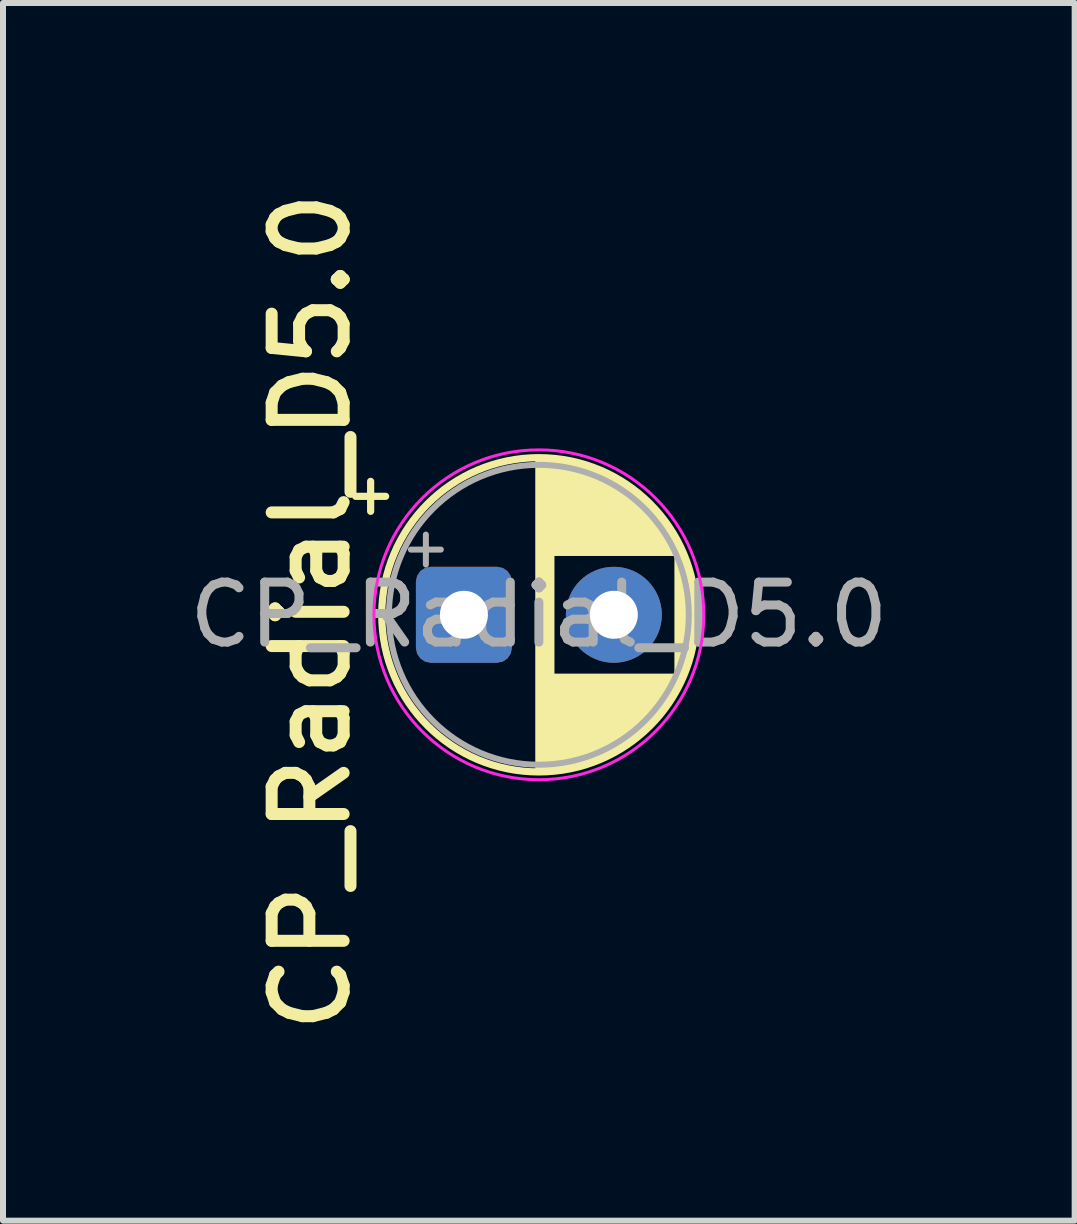
<source format=kicad_pcb>
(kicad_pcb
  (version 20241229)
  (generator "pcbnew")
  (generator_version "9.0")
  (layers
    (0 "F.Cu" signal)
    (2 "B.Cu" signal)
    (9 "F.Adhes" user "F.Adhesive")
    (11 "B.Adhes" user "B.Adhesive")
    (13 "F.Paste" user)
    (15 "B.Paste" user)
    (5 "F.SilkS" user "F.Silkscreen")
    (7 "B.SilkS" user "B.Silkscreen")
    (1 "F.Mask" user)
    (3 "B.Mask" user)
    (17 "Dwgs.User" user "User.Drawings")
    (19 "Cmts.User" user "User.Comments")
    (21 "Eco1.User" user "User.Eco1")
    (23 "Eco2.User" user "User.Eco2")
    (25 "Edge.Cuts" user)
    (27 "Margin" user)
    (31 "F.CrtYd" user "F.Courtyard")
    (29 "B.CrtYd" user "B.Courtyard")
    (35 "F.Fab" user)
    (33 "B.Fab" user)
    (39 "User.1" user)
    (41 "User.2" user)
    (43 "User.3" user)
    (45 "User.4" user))
  (footprint "CP_Radial_D5.0"
    (layer "F.Cu")
    (at 4.685 7.201)
    (property "Reference" "CP_Radial_D5.0" (at -2.55 -0.05 90) (layer "F.SilkS") (effects (font (size 1.2 1.2) (thickness 0.2))))
    (attr through_hole dnp)
    (fp_line (start -1.805 -1.975) (end -1.305 -1.975) (stroke (width 0.12) (type solid)) (layer "F.SilkS"))
    (fp_line (start -1.555 -2.225) (end -1.555 -1.725) (stroke (width 0.12) (type solid)) (layer "F.SilkS"))
    (fp_line (start 1.25 -2.58) (end 1.25 2.58) (stroke (width 0.12) (type solid)) (layer "F.SilkS"))
    (fp_line (start 1.29 -2.58) (end 1.29 2.58) (stroke (width 0.12) (type solid)) (layer "F.SilkS"))
    (fp_line (start 1.33 -2.579) (end 1.33 2.579) (stroke (width 0.12) (type solid)) (layer "F.SilkS"))
    (fp_line (start 1.37 -2.577) (end 1.37 2.577) (stroke (width 0.12) (type solid)) (layer "F.SilkS"))
    (fp_line (start 1.41 -2.575) (end 1.41 2.575) (stroke (width 0.12) (type solid)) (layer "F.SilkS"))
    (fp_line (start 1.45 -2.572) (end 1.45 2.572) (stroke (width 0.12) (type solid)) (layer "F.SilkS"))
    (fp_line (start 1.49 -2.569) (end 1.49 -1.04) (stroke (width 0.12) (type solid)) (layer "F.SilkS"))
    (fp_line (start 1.49 1.04) (end 1.49 2.569) (stroke (width 0.12) (type solid)) (layer "F.SilkS"))
    (fp_line (start 1.53 -2.565) (end 1.53 -1.04) (stroke (width 0.12) (type solid)) (layer "F.SilkS"))
    (fp_line (start 1.53 1.04) (end 1.53 2.565) (stroke (width 0.12) (type solid)) (layer "F.SilkS"))
    (fp_line (start 1.57 -2.56) (end 1.57 -1.04) (stroke (width 0.12) (type solid)) (layer "F.SilkS"))
    (fp_line (start 1.57 1.04) (end 1.57 2.56) (stroke (width 0.12) (type solid)) (layer "F.SilkS"))
    (fp_line (start 1.61 -2.555) (end 1.61 -1.04) (stroke (width 0.12) (type solid)) (layer "F.SilkS"))
    (fp_line (start 1.61 1.04) (end 1.61 2.555) (stroke (width 0.12) (type solid)) (layer "F.SilkS"))
    (fp_line (start 1.65 -2.549) (end 1.65 -1.04) (stroke (width 0.12) (type solid)) (layer "F.SilkS"))
    (fp_line (start 1.65 1.04) (end 1.65 2.549) (stroke (width 0.12) (type solid)) (layer "F.SilkS"))
    (fp_line (start 1.69 -2.543) (end 1.69 -1.04) (stroke (width 0.12) (type solid)) (layer "F.SilkS"))
    (fp_line (start 1.69 1.04) (end 1.69 2.543) (stroke (width 0.12) (type solid)) (layer "F.SilkS"))
    (fp_line (start 1.73 -2.536) (end 1.73 -1.04) (stroke (width 0.12) (type solid)) (layer "F.SilkS"))
    (fp_line (start 1.73 1.04) (end 1.73 2.536) (stroke (width 0.12) (type solid)) (layer "F.SilkS"))
    (fp_line (start 1.77 -2.528) (end 1.77 -1.04) (stroke (width 0.12) (type solid)) (layer "F.SilkS"))
    (fp_line (start 1.77 1.04) (end 1.77 2.528) (stroke (width 0.12) (type solid)) (layer "F.SilkS"))
    (fp_line (start 1.81 -2.519) (end 1.81 -1.04) (stroke (width 0.12) (type solid)) (layer "F.SilkS"))
    (fp_line (start 1.81 1.04) (end 1.81 2.519) (stroke (width 0.12) (type solid)) (layer "F.SilkS"))
    (fp_line (start 1.85 -2.51) (end 1.85 -1.04) (stroke (width 0.12) (type solid)) (layer "F.SilkS"))
    (fp_line (start 1.85 1.04) (end 1.85 2.51) (stroke (width 0.12) (type solid)) (layer "F.SilkS"))
    (fp_line (start 1.89 -2.501) (end 1.89 -1.04) (stroke (width 0.12) (type solid)) (layer "F.SilkS"))
    (fp_line (start 1.89 1.04) (end 1.89 2.501) (stroke (width 0.12) (type solid)) (layer "F.SilkS"))
    (fp_line (start 1.93 -2.49) (end 1.93 -1.04) (stroke (width 0.12) (type solid)) (layer "F.SilkS"))
    (fp_line (start 1.93 1.04) (end 1.93 2.49) (stroke (width 0.12) (type solid)) (layer "F.SilkS"))
    (fp_line (start 1.97 -2.479) (end 1.97 -1.04) (stroke (width 0.12) (type solid)) (layer "F.SilkS"))
    (fp_line (start 1.97 1.04) (end 1.97 2.479) (stroke (width 0.12) (type solid)) (layer "F.SilkS"))
    (fp_line (start 2.01 -2.467) (end 2.01 -1.04) (stroke (width 0.12) (type solid)) (layer "F.SilkS"))
    (fp_line (start 2.01 1.04) (end 2.01 2.467) (stroke (width 0.12) (type solid)) (layer "F.SilkS"))
    (fp_line (start 2.05 -2.455) (end 2.05 -1.04) (stroke (width 0.12) (type solid)) (layer "F.SilkS"))
    (fp_line (start 2.05 1.04) (end 2.05 2.455) (stroke (width 0.12) (type solid)) (layer "F.SilkS"))
    (fp_line (start 2.09 -2.442) (end 2.09 -1.04) (stroke (width 0.12) (type solid)) (layer "F.SilkS"))
    (fp_line (start 2.09 1.04) (end 2.09 2.442) (stroke (width 0.12) (type solid)) (layer "F.SilkS"))
    (fp_line (start 2.13 -2.428) (end 2.13 -1.04) (stroke (width 0.12) (type solid)) (layer "F.SilkS"))
    (fp_line (start 2.13 1.04) (end 2.13 2.428) (stroke (width 0.12) (type solid)) (layer "F.SilkS"))
    (fp_line (start 2.17 -2.413) (end 2.17 -1.04) (stroke (width 0.12) (type solid)) (layer "F.SilkS"))
    (fp_line (start 2.17 1.04) (end 2.17 2.413) (stroke (width 0.12) (type solid)) (layer "F.SilkS"))
    (fp_line (start 2.21 -2.398) (end 2.21 -1.04) (stroke (width 0.12) (type solid)) (layer "F.SilkS"))
    (fp_line (start 2.21 1.04) (end 2.21 2.398) (stroke (width 0.12) (type solid)) (layer "F.SilkS"))
    (fp_line (start 2.25 -2.382) (end 2.25 -1.04) (stroke (width 0.12) (type solid)) (layer "F.SilkS"))
    (fp_line (start 2.25 1.04) (end 2.25 2.382) (stroke (width 0.12) (type solid)) (layer "F.SilkS"))
    (fp_line (start 2.29 -2.365) (end 2.29 -1.04) (stroke (width 0.12) (type solid)) (layer "F.SilkS"))
    (fp_line (start 2.29 1.04) (end 2.29 2.365) (stroke (width 0.12) (type solid)) (layer "F.SilkS"))
    (fp_line (start 2.33 -2.347) (end 2.33 -1.04) (stroke (width 0.12) (type solid)) (layer "F.SilkS"))
    (fp_line (start 2.33 1.04) (end 2.33 2.347) (stroke (width 0.12) (type solid)) (layer "F.SilkS"))
    (fp_line (start 2.37 -2.329) (end 2.37 -1.04) (stroke (width 0.12) (type solid)) (layer "F.SilkS"))
    (fp_line (start 2.37 1.04) (end 2.37 2.329) (stroke (width 0.12) (type solid)) (layer "F.SilkS"))
    (fp_line (start 2.41 -2.309) (end 2.41 -1.04) (stroke (width 0.12) (type solid)) (layer "F.SilkS"))
    (fp_line (start 2.41 1.04) (end 2.41 2.309) (stroke (width 0.12) (type solid)) (layer "F.SilkS"))
    (fp_line (start 2.45 -2.289) (end 2.45 -1.04) (stroke (width 0.12) (type solid)) (layer "F.SilkS"))
    (fp_line (start 2.45 1.04) (end 2.45 2.289) (stroke (width 0.12) (type solid)) (layer "F.SilkS"))
    (fp_line (start 2.49 -2.268) (end 2.49 -1.04) (stroke (width 0.12) (type solid)) (layer "F.SilkS"))
    (fp_line (start 2.49 1.04) (end 2.49 2.268) (stroke (width 0.12) (type solid)) (layer "F.SilkS"))
    (fp_line (start 2.53 -2.246) (end 2.53 -1.04) (stroke (width 0.12) (type solid)) (layer "F.SilkS"))
    (fp_line (start 2.53 1.04) (end 2.53 2.246) (stroke (width 0.12) (type solid)) (layer "F.SilkS"))
    (fp_line (start 2.57 -2.223) (end 2.57 -1.04) (stroke (width 0.12) (type solid)) (layer "F.SilkS"))
    (fp_line (start 2.57 1.04) (end 2.57 2.223) (stroke (width 0.12) (type solid)) (layer "F.SilkS"))
    (fp_line (start 2.61 -2.199) (end 2.61 -1.04) (stroke (width 0.12) (type solid)) (layer "F.SilkS"))
    (fp_line (start 2.61 1.04) (end 2.61 2.199) (stroke (width 0.12) (type solid)) (layer "F.SilkS"))
    (fp_line (start 2.65 -2.175) (end 2.65 -1.04) (stroke (width 0.12) (type solid)) (layer "F.SilkS"))
    (fp_line (start 2.65 1.04) (end 2.65 2.175) (stroke (width 0.12) (type solid)) (layer "F.SilkS"))
    (fp_line (start 2.69 -2.149) (end 2.69 -1.04) (stroke (width 0.12) (type solid)) (layer "F.SilkS"))
    (fp_line (start 2.69 1.04) (end 2.69 2.149) (stroke (width 0.12) (type solid)) (layer "F.SilkS"))
    (fp_line (start 2.73 -2.122) (end 2.73 -1.04) (stroke (width 0.12) (type solid)) (layer "F.SilkS"))
    (fp_line (start 2.73 1.04) (end 2.73 2.122) (stroke (width 0.12) (type solid)) (layer "F.SilkS"))
    (fp_line (start 2.77 -2.094) (end 2.77 -1.04) (stroke (width 0.12) (type solid)) (layer "F.SilkS"))
    (fp_line (start 2.77 1.04) (end 2.77 2.094) (stroke (width 0.12) (type solid)) (layer "F.SilkS"))
    (fp_line (start 2.81 -2.065) (end 2.81 -1.04) (stroke (width 0.12) (type solid)) (layer "F.SilkS"))
    (fp_line (start 2.81 1.04) (end 2.81 2.065) (stroke (width 0.12) (type solid)) (layer "F.SilkS"))
    (fp_line (start 2.85 -2.035) (end 2.85 -1.04) (stroke (width 0.12) (type solid)) (layer "F.SilkS"))
    (fp_line (start 2.85 1.04) (end 2.85 2.035) (stroke (width 0.12) (type solid)) (layer "F.SilkS"))
    (fp_line (start 2.89 -2.003) (end 2.89 -1.04) (stroke (width 0.12) (type solid)) (layer "F.SilkS"))
    (fp_line (start 2.89 1.04) (end 2.89 2.003) (stroke (width 0.12) (type solid)) (layer "F.SilkS"))
    (fp_line (start 2.93 -1.97) (end 2.93 -1.04) (stroke (width 0.12) (type solid)) (layer "F.SilkS"))
    (fp_line (start 2.93 1.04) (end 2.93 1.97) (stroke (width 0.12) (type solid)) (layer "F.SilkS"))
    (fp_line (start 2.97 -1.936) (end 2.97 -1.04) (stroke (width 0.12) (type solid)) (layer "F.SilkS"))
    (fp_line (start 2.97 1.04) (end 2.97 1.936) (stroke (width 0.12) (type solid)) (layer "F.SilkS"))
    (fp_line (start 3.01 -1.901) (end 3.01 -1.04) (stroke (width 0.12) (type solid)) (layer "F.SilkS"))
    (fp_line (start 3.01 1.04) (end 3.01 1.901) (stroke (width 0.12) (type solid)) (layer "F.SilkS"))
    (fp_line (start 3.05 -1.864) (end 3.05 -1.04) (stroke (width 0.12) (type solid)) (layer "F.SilkS"))
    (fp_line (start 3.05 1.04) (end 3.05 1.864) (stroke (width 0.12) (type solid)) (layer "F.SilkS"))
    (fp_line (start 3.09 -1.825) (end 3.09 -1.04) (stroke (width 0.12) (type solid)) (layer "F.SilkS"))
    (fp_line (start 3.09 1.04) (end 3.09 1.825) (stroke (width 0.12) (type solid)) (layer "F.SilkS"))
    (fp_line (start 3.13 -1.785) (end 3.13 -1.04) (stroke (width 0.12) (type solid)) (layer "F.SilkS"))
    (fp_line (start 3.13 1.04) (end 3.13 1.785) (stroke (width 0.12) (type solid)) (layer "F.SilkS"))
    (fp_line (start 3.17 -1.743) (end 3.17 -1.04) (stroke (width 0.12) (type solid)) (layer "F.SilkS"))
    (fp_line (start 3.17 1.04) (end 3.17 1.743) (stroke (width 0.12) (type solid)) (layer "F.SilkS"))
    (fp_line (start 3.21 -1.699) (end 3.21 -1.04) (stroke (width 0.12) (type solid)) (layer "F.SilkS"))
    (fp_line (start 3.21 1.04) (end 3.21 1.699) (stroke (width 0.12) (type solid)) (layer "F.SilkS"))
    (fp_line (start 3.25 -1.652) (end 3.25 -1.04) (stroke (width 0.12) (type solid)) (layer "F.SilkS"))
    (fp_line (start 3.25 1.04) (end 3.25 1.652) (stroke (width 0.12) (type solid)) (layer "F.SilkS"))
    (fp_line (start 3.29 -1.604) (end 3.29 -1.04) (stroke (width 0.12) (type solid)) (layer "F.SilkS"))
    (fp_line (start 3.29 1.04) (end 3.29 1.604) (stroke (width 0.12) (type solid)) (layer "F.SilkS"))
    (fp_line (start 3.33 -1.553) (end 3.33 -1.04) (stroke (width 0.12) (type solid)) (layer "F.SilkS"))
    (fp_line (start 3.33 1.04) (end 3.33 1.553) (stroke (width 0.12) (type solid)) (layer "F.SilkS"))
    (fp_line (start 3.37 -1.499) (end 3.37 -1.04) (stroke (width 0.12) (type solid)) (layer "F.SilkS"))
    (fp_line (start 3.37 1.04) (end 3.37 1.499) (stroke (width 0.12) (type solid)) (layer "F.SilkS"))
    (fp_line (start 3.41 -1.443) (end 3.41 -1.04) (stroke (width 0.12) (type solid)) (layer "F.SilkS"))
    (fp_line (start 3.41 1.04) (end 3.41 1.443) (stroke (width 0.12) (type solid)) (layer "F.SilkS"))
    (fp_line (start 3.45 -1.383) (end 3.45 -1.04) (stroke (width 0.12) (type solid)) (layer "F.SilkS"))
    (fp_line (start 3.45 1.04) (end 3.45 1.383) (stroke (width 0.12) (type solid)) (layer "F.SilkS"))
    (fp_line (start 3.49 -1.319) (end 3.49 -1.04) (stroke (width 0.12) (type solid)) (layer "F.SilkS"))
    (fp_line (start 3.49 1.04) (end 3.49 1.319) (stroke (width 0.12) (type solid)) (layer "F.SilkS"))
    (fp_line (start 3.53 -1.251) (end 3.53 -1.04) (stroke (width 0.12) (type solid)) (layer "F.SilkS"))
    (fp_line (start 3.53 1.04) (end 3.53 1.251) (stroke (width 0.12) (type solid)) (layer "F.SilkS"))
    (fp_line (start 3.57 -1.177) (end 3.57 1.177) (stroke (width 0.12) (type solid)) (layer "F.SilkS"))
    (fp_line (start 3.61 -1.098) (end 3.61 1.098) (stroke (width 0.12) (type solid)) (layer "F.SilkS"))
    (fp_line (start 3.65 -1.011) (end 3.65 1.011) (stroke (width 0.12) (type solid)) (layer "F.SilkS"))
    (fp_line (start 3.69 -0.914) (end 3.69 0.914) (stroke (width 0.12) (type solid)) (layer "F.SilkS"))
    (fp_line (start 3.73 -0.805) (end 3.73 0.805) (stroke (width 0.12) (type solid)) (layer "F.SilkS"))
    (fp_line (start 3.77 -0.677) (end 3.77 0.677) (stroke (width 0.12) (type solid)) (layer "F.SilkS"))
    (fp_line (start 3.81 -0.517) (end 3.81 0.517) (stroke (width 0.12) (type solid)) (layer "F.SilkS"))
    (fp_line (start 3.85 -0.283) (end 3.85 0.283) (stroke (width 0.12) (type solid)) (layer "F.SilkS"))
    (fp_circle (center 1.25 0) (end 3.87 0) (stroke (width 0.12) (type solid)) (fill no) (layer "F.SilkS"))
    (fp_circle (center 1.25 0) (end 4 0) (stroke (width 0.05) (type solid)) (fill no) (layer "F.CrtYd"))
    (fp_line (start -0.884 -1.087) (end -0.384 -1.087) (stroke (width 0.1) (type solid)) (layer "F.Fab"))
    (fp_line (start -0.634 -1.337) (end -0.634 -0.838) (stroke (width 0.1) (type solid)) (layer "F.Fab"))
    (fp_circle (center 1.25 0) (end 3.75 0) (stroke (width 0.1) (type solid)) (fill no) (layer "F.Fab"))
    (fp_text user "${REFERENCE}" (at 1.25 0 180) (layer "F.Fab") (effects (font (size 1 1) (thickness 0.15))))
    (pad "1" thru_hole roundrect (at 0 0) (size 1.6 1.6) (drill 0.8) (layers "*.Cu" "*.Mask") (roundrect_rratio 0.156))
    (pad "2" thru_hole circle (at 2.5 0) (size 1.6 1.6) (drill 0.8) (layers "*.Cu" "*.Mask")))
  (gr_rect
    (start -3 -3)
    (end 14.869 17.303)
    (stroke (width 0.1) (type default))
    (fill no)
    (layer "Edge.Cuts")))
</source>
